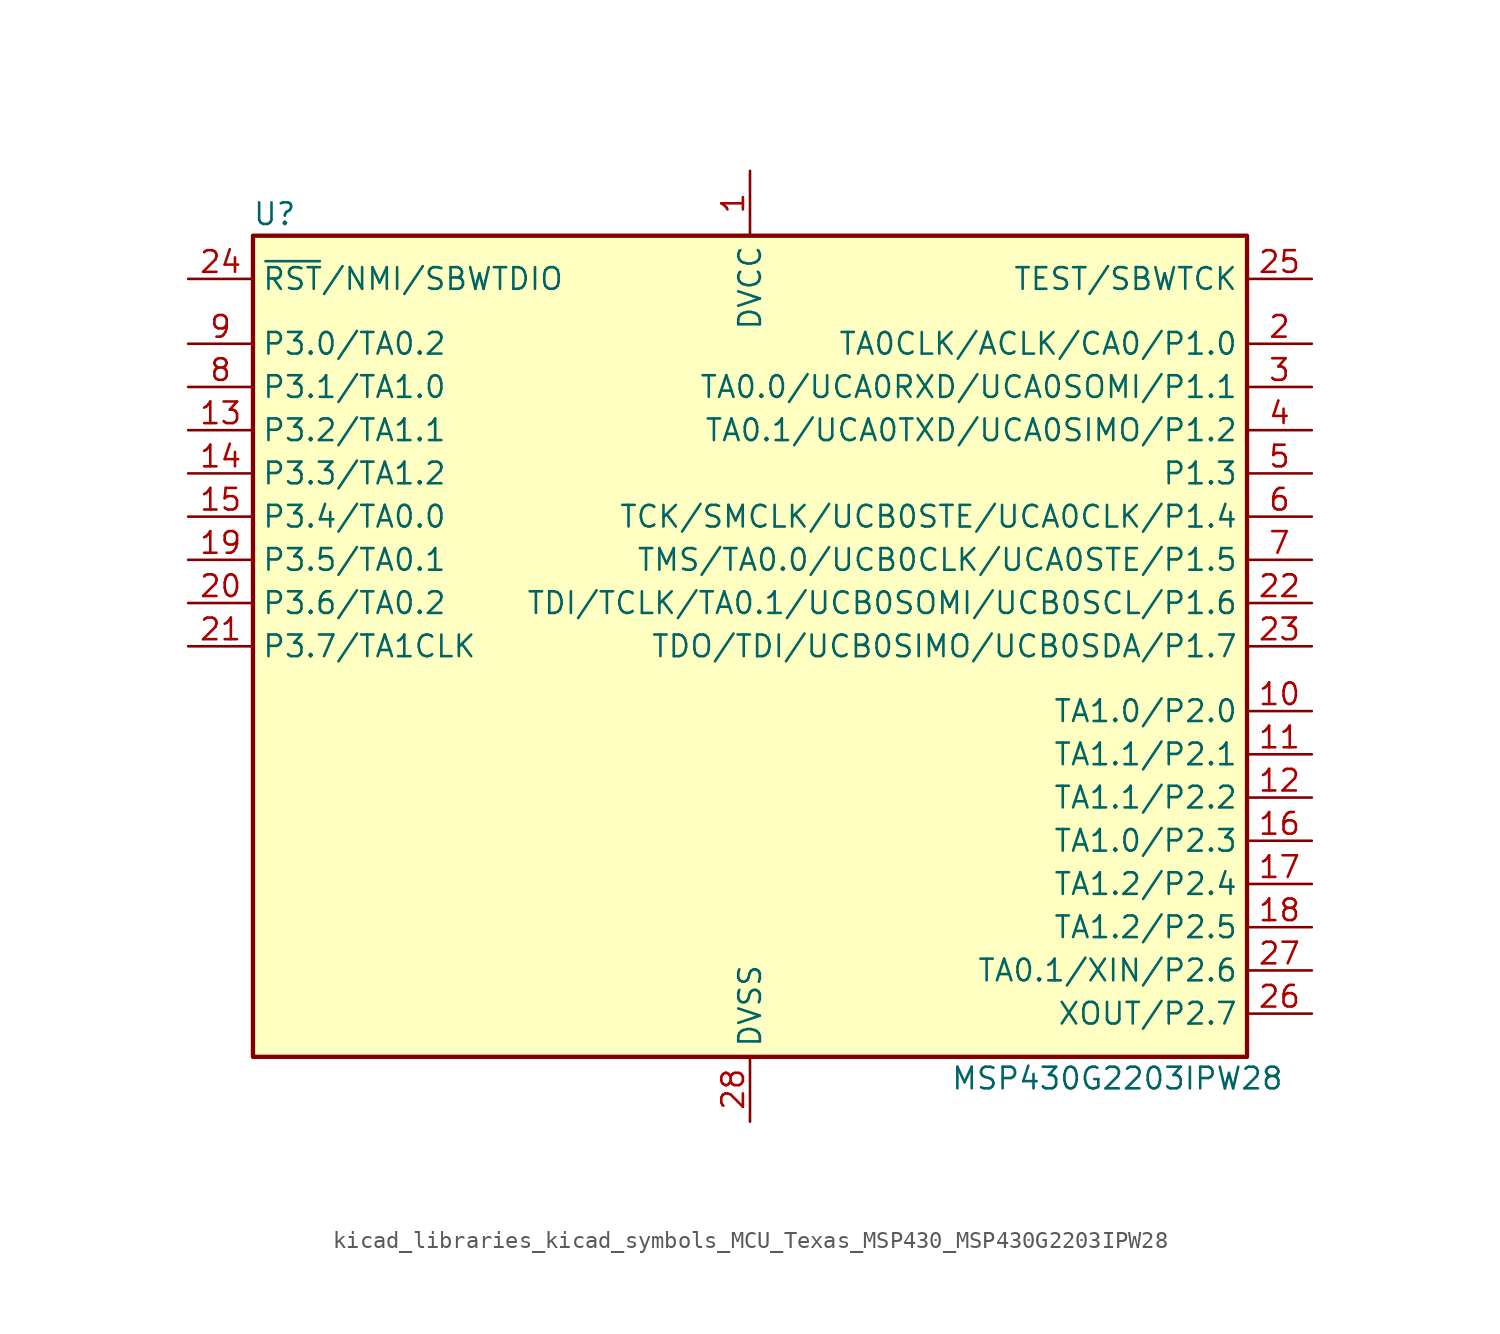
<source format=kicad_sym>
(kicad_symbol_lib
  (version 20220914)
  (generator kicad_symbol_editor)
  (symbol "kicad_libraries_kicad_symbols_MCU_Texas_MSP430_MSP430G2203IPW28"
    (property "Reference" "U"
      (at -27.94 25.4 0)
      (effects (font (size 1.27 1.27))))
    (property "Value" "MSP430G2203IPW28"
      (at 21.59 -25.4 0)
      (effects (font (size 1.27 1.27))))
    (symbol "kicad_libraries_kicad_symbols_MCU_Texas_MSP430_MSP430G2203IPW28_0_1"
      (rectangle (start -29.21 24.13) (end 29.21 -24.13) (stroke (width 0.254) (type default)) (fill (type background))))
    (symbol "kicad_libraries_kicad_symbols_MCU_Texas_MSP430_MSP430G2203IPW28_1_1"
      (pin power_in line (at 0 27.94 270) (length 3.81) (name "DVCC" (effects (font (size 1.27 1.27)))) (number "1" (effects (font (size 1.27 1.27)))))
      (pin bidirectional line (at 33.02 -3.81 180) (length 3.81) (name "TA1.0/P2.0" (effects (font (size 1.27 1.27)))) (number "10" (effects (font (size 1.27 1.27)))))
      (pin bidirectional line (at 33.02 -6.35 180) (length 3.81) (name "TA1.1/P2.1" (effects (font (size 1.27 1.27)))) (number "11" (effects (font (size 1.27 1.27)))))
      (pin bidirectional line (at 33.02 -8.89 180) (length 3.81) (name "TA1.1/P2.2" (effects (font (size 1.27 1.27)))) (number "12" (effects (font (size 1.27 1.27)))))
      (pin bidirectional line (at -33.02 12.7 0) (length 3.81) (name "P3.2/TA1.1" (effects (font (size 1.27 1.27)))) (number "13" (effects (font (size 1.27 1.27)))))
      (pin bidirectional line (at -33.02 10.16 0) (length 3.81) (name "P3.3/TA1.2" (effects (font (size 1.27 1.27)))) (number "14" (effects (font (size 1.27 1.27)))))
      (pin bidirectional line (at -33.02 7.62 0) (length 3.81) (name "P3.4/TA0.0" (effects (font (size 1.27 1.27)))) (number "15" (effects (font (size 1.27 1.27)))))
      (pin bidirectional line (at 33.02 -11.43 180) (length 3.81) (name "TA1.0/P2.3" (effects (font (size 1.27 1.27)))) (number "16" (effects (font (size 1.27 1.27)))))
      (pin bidirectional line (at 33.02 -13.97 180) (length 3.81) (name "TA1.2/P2.4" (effects (font (size 1.27 1.27)))) (number "17" (effects (font (size 1.27 1.27)))))
      (pin bidirectional line (at 33.02 -16.51 180) (length 3.81) (name "TA1.2/P2.5" (effects (font (size 1.27 1.27)))) (number "18" (effects (font (size 1.27 1.27)))))
      (pin bidirectional line (at -33.02 5.08 0) (length 3.81) (name "P3.5/TA0.1" (effects (font (size 1.27 1.27)))) (number "19" (effects (font (size 1.27 1.27)))))
      (pin bidirectional line (at 33.02 17.78 180) (length 3.81) (name "TA0CLK/ACLK/CA0/P1.0" (effects (font (size 1.27 1.27)))) (number "2" (effects (font (size 1.27 1.27)))))
      (pin bidirectional line (at -33.02 2.54 0) (length 3.81) (name "P3.6/TA0.2" (effects (font (size 1.27 1.27)))) (number "20" (effects (font (size 1.27 1.27)))))
      (pin bidirectional line (at -33.02 0 0) (length 3.81) (name "P3.7/TA1CLK" (effects (font (size 1.27 1.27)))) (number "21" (effects (font (size 1.27 1.27)))))
      (pin bidirectional line (at 33.02 2.54 180) (length 3.81) (name "TDI/TCLK/TA0.1/UCB0SOMI/UCB0SCL/P1.6" (effects (font (size 1.27 1.27)))) (number "22" (effects (font (size 1.27 1.27)))))
      (pin bidirectional line (at 33.02 0 180) (length 3.81) (name "TDO/TDI/UCB0SIMO/UCB0SDA/P1.7" (effects (font (size 1.27 1.27)))) (number "23" (effects (font (size 1.27 1.27)))))
      (pin input line (at -33.02 21.59 0) (length 3.81) (name "~{RST}/NMI/SBWTDIO" (effects (font (size 1.27 1.27)))) (number "24" (effects (font (size 1.27 1.27)))))
      (pin input line (at 33.02 21.59 180) (length 3.81) (name "TEST/SBWTCK" (effects (font (size 1.27 1.27)))) (number "25" (effects (font (size 1.27 1.27)))))
      (pin bidirectional line (at 33.02 -21.59 180) (length 3.81) (name "XOUT/P2.7" (effects (font (size 1.27 1.27)))) (number "26" (effects (font (size 1.27 1.27)))))
      (pin bidirectional line (at 33.02 -19.05 180) (length 3.81) (name "TA0.1/XIN/P2.6" (effects (font (size 1.27 1.27)))) (number "27" (effects (font (size 1.27 1.27)))))
      (pin power_in line (at 0 -27.94 90) (length 3.81) (name "DVSS" (effects (font (size 1.27 1.27)))) (number "28" (effects (font (size 1.27 1.27)))))
      (pin bidirectional line (at 33.02 15.24 180) (length 3.81) (name "TA0.0/UCA0RXD/UCA0SOMI/P1.1" (effects (font (size 1.27 1.27)))) (number "3" (effects (font (size 1.27 1.27)))))
      (pin bidirectional line (at 33.02 12.7 180) (length 3.81) (name "TA0.1/UCA0TXD/UCA0SIMO/P1.2" (effects (font (size 1.27 1.27)))) (number "4" (effects (font (size 1.27 1.27)))))
      (pin bidirectional line (at 33.02 10.16 180) (length 3.81) (name "P1.3" (effects (font (size 1.27 1.27)))) (number "5" (effects (font (size 1.27 1.27)))))
      (pin bidirectional line (at 33.02 7.62 180) (length 3.81) (name "TCK/SMCLK/UCB0STE/UCA0CLK/P1.4" (effects (font (size 1.27 1.27)))) (number "6" (effects (font (size 1.27 1.27)))))
      (pin bidirectional line (at 33.02 5.08 180) (length 3.81) (name "TMS/TA0.0/UCB0CLK/UCA0STE/P1.5" (effects (font (size 1.27 1.27)))) (number "7" (effects (font (size 1.27 1.27)))))
      (pin bidirectional line (at -33.02 15.24 0) (length 3.81) (name "P3.1/TA1.0" (effects (font (size 1.27 1.27)))) (number "8" (effects (font (size 1.27 1.27)))))
      (pin bidirectional line (at -33.02 17.78 0) (length 3.81) (name "P3.0/TA0.2" (effects (font (size 1.27 1.27)))) (number "9" (effects (font (size 1.27 1.27))))))))
</source>
